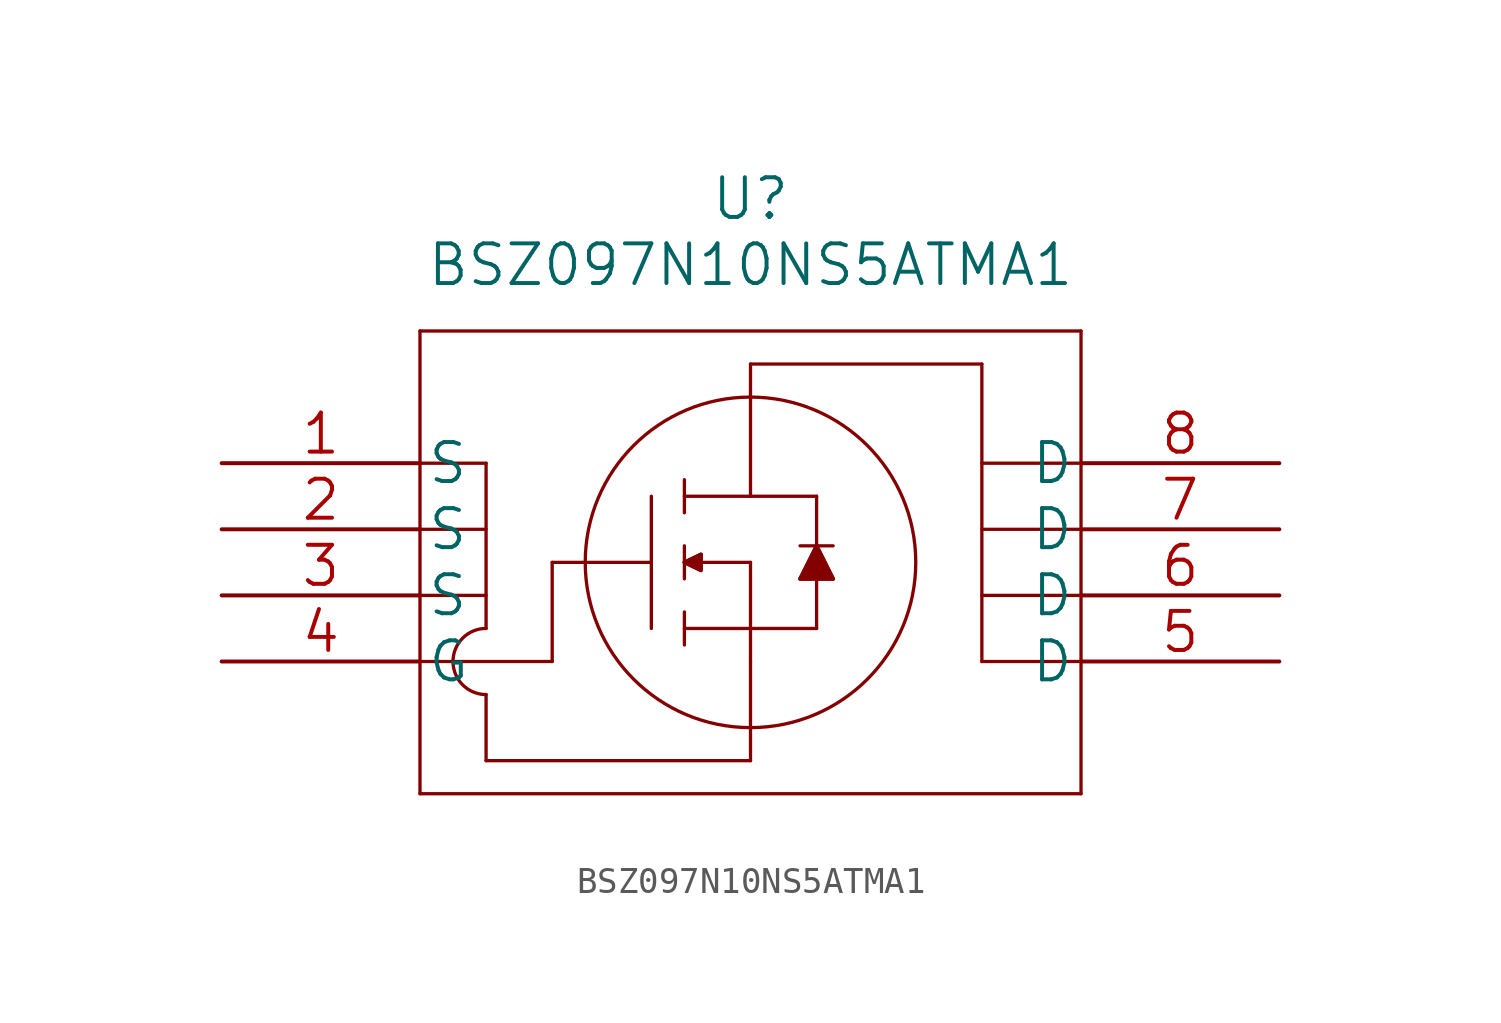
<source format=kicad_sym>
(kicad_symbol_lib
  (version 20201005)
  (generator kicad_symbol_editor)
  (symbol "BSZ097N10NS5ATMA1"
    (pin_names
      (offset 0.254))
    (property "Reference" "U"
      (at 20.32 10.16 0)
      (effects (font (size 1.524 1.524))))
    (property "Value" "BSZ097N10NS5ATMA1"
      (at 20.32 7.62 0)
      (effects (font (size 1.524 1.524))))
    (property "Datasheet" ""
      (at 0 0 0)
      (effects (font (size 1.524 1.524))))
    (property "ki_locked" ""
      (at 0 0 0)
      (effects (font (size 1.27 1.27))))
    (symbol "BSZ097N10NS5ATMA1_1_1"
      (arc (start 10.16 -6.35) (end 10.16 -8.89) (radius (at 10.16 -7.62) (length 1.27) (angles -90 -90)) (stroke (width 0.127)) (fill (type none)))
      (arc (start 20.32 2.54) (end 20.32 2.54) (radius (at 20.32 -3.81) (length 6.35) (angles 90 -90)) (stroke (width 0.127)) (fill (type none)))
      (circle (center 20.32 -3.81) (radius 6.35) (stroke (width 0.127)) (fill (type none)))
      (polyline (pts (xy 7.62 -12.7) (xy 33.02 -12.7)) (stroke (width 0.127)) (fill (type none)))
      (polyline (pts (xy 7.62 -5.08) (xy 10.16 -5.08)) (stroke (width 0.127)) (fill (type none)))
      (polyline (pts (xy 7.62 -2.54) (xy 10.16 -2.54)) (stroke (width 0.127)) (fill (type none)))
      (polyline (pts (xy 7.62 0) (xy 10.16 0)) (stroke (width 0.127)) (fill (type none)))
      (polyline (pts (xy 7.62 5.08) (xy 7.62 -12.7)) (stroke (width 0.127)) (fill (type none)))
      (polyline (pts (xy 10.16 -11.43) (xy 20.32 -11.43)) (stroke (width 0.127)) (fill (type none)))
      (polyline (pts (xy 10.16 -8.89) (xy 10.16 -11.43)) (stroke (width 0.127)) (fill (type none)))
      (polyline (pts (xy 10.16 0) (xy 10.16 -6.35)) (stroke (width 0.127)) (fill (type none)))
      (polyline (pts (xy 12.7 -7.62) (xy 7.62 -7.62)) (stroke (width 0.127)) (fill (type none)))
      (polyline (pts (xy 12.7 -3.81) (xy 12.7 -7.62)) (stroke (width 0.127)) (fill (type none)))
      (polyline (pts (xy 12.7 -3.81) (xy 16.51 -3.81)) (stroke (width 0.127)) (fill (type none)))
      (polyline (pts (xy 16.51 -1.27) (xy 16.51 -6.35)) (stroke (width 0.127)) (fill (type none)))
      (polyline (pts (xy 17.78 -5.715) (xy 17.78 -6.985)) (stroke (width 0.127)) (fill (type none)))
      (polyline (pts (xy 17.78 -3.81) (xy 18.415 -4.115)) (stroke (width 0.127)) (fill (type none)))
      (polyline (pts (xy 17.78 -3.81) (xy 18.415 -3.505)) (stroke (width 0.127)) (fill (type none)))
      (polyline (pts (xy 17.78 -3.81) (xy 20.32 -3.81)) (stroke (width 0.127)) (fill (type none)))
      (polyline (pts (xy 17.78 -3.175) (xy 17.78 -4.445)) (stroke (width 0.127)) (fill (type none)))
      (polyline (pts (xy 17.78 -1.27) (xy 22.86 -1.27)) (stroke (width 0.127)) (fill (type none)))
      (polyline (pts (xy 17.78 -0.635) (xy 17.78 -1.905)) (stroke (width 0.127)) (fill (type none)))
      (polyline (pts (xy 18.415 -3.505) (xy 18.415 -4.115)) (stroke (width 0.127)) (fill (type none)))
      (polyline (pts (xy 20.32 -11.43) (xy 20.32 -7.62)) (stroke (width 0.127)) (fill (type none)))
      (polyline (pts (xy 20.32 -3.81) (xy 20.32 -7.62)) (stroke (width 0.127)) (fill (type none)))
      (polyline (pts (xy 20.32 -1.27) (xy 20.32 3.81)) (stroke (width 0.127)) (fill (type none)))
      (polyline (pts (xy 20.32 3.81) (xy 29.21 3.81)) (stroke (width 0.127)) (fill (type none)))
      (polyline (pts (xy 22.225 -4.445) (xy 23.495 -4.445)) (stroke (width 0.127)) (fill (type none)))
      (polyline (pts (xy 22.225 -3.175) (xy 23.495 -3.175)) (stroke (width 0.127)) (fill (type none)))
      (polyline (pts (xy 22.86 -6.35) (xy 17.78 -6.35)) (stroke (width 0.127)) (fill (type none)))
      (polyline (pts (xy 22.86 -3.175) (xy 22.225 -4.445)) (stroke (width 0.127)) (fill (type none)))
      (polyline (pts (xy 22.86 -1.27) (xy 22.86 -6.35)) (stroke (width 0.127)) (fill (type none)))
      (polyline (pts (xy 23.495 -4.445) (xy 22.86 -3.175)) (stroke (width 0.127)) (fill (type none)))
      (polyline (pts (xy 29.21 3.81) (xy 29.21 -7.62)) (stroke (width 0.127)) (fill (type none)))
      (polyline (pts (xy 33.02 -12.7) (xy 33.02 5.08)) (stroke (width 0.127)) (fill (type none)))
      (polyline (pts (xy 33.02 -7.62) (xy 29.21 -7.62)) (stroke (width 0.127)) (fill (type none)))
      (polyline (pts (xy 33.02 -5.08) (xy 29.21 -5.08)) (stroke (width 0.127)) (fill (type none)))
      (polyline (pts (xy 33.02 -2.54) (xy 29.21 -2.54)) (stroke (width 0.127)) (fill (type none)))
      (polyline (pts (xy 33.02 0) (xy 29.21 0)) (stroke (width 0.127)) (fill (type none)))
      (polyline (pts (xy 33.02 5.08) (xy 7.62 5.08)) (stroke (width 0.127)) (fill (type none)))
      (polyline (pts (xy 17.78 -3.81) (xy 18.415 -3.505) (xy 18.415 -4.115) (xy 17.78 -3.81)) (stroke (width 0)) (fill (type outline)))
      (polyline (pts (xy 22.225 -4.445) (xy 22.86 -3.175) (xy 23.495 -4.445) (xy 22.225 -4.445)) (stroke (width 0)) (fill (type outline)))
      (pin unspecified line (at 0 0 0) (length 7.62) (name "S" (effects (font (size 1.499 1.499)))) (number "1" (effects (font (size 1.499 1.499)))))
      (pin unspecified line (at 0 -2.54 0) (length 7.62) (name "S" (effects (font (size 1.499 1.499)))) (number "2" (effects (font (size 1.499 1.499)))))
      (pin unspecified line (at 0 -5.08 0) (length 7.62) (name "S" (effects (font (size 1.499 1.499)))) (number "3" (effects (font (size 1.499 1.499)))))
      (pin unspecified line (at 0 -7.62 0) (length 7.62) (name "G" (effects (font (size 1.499 1.499)))) (number "4" (effects (font (size 1.499 1.499)))))
      (pin unspecified line (at 40.64 -7.62 180) (length 7.62) (name "D" (effects (font (size 1.499 1.499)))) (number "5" (effects (font (size 1.499 1.499)))))
      (pin unspecified line (at 40.64 -5.08 180) (length 7.62) (name "D" (effects (font (size 1.499 1.499)))) (number "6" (effects (font (size 1.499 1.499)))))
      (pin unspecified line (at 40.64 -2.54 180) (length 7.62) (name "D" (effects (font (size 1.499 1.499)))) (number "7" (effects (font (size 1.499 1.499)))))
      (pin unspecified line (at 40.64 0 180) (length 7.62) (name "D" (effects (font (size 1.499 1.499)))) (number "8" (effects (font (size 1.499 1.499))))))))
</source>
